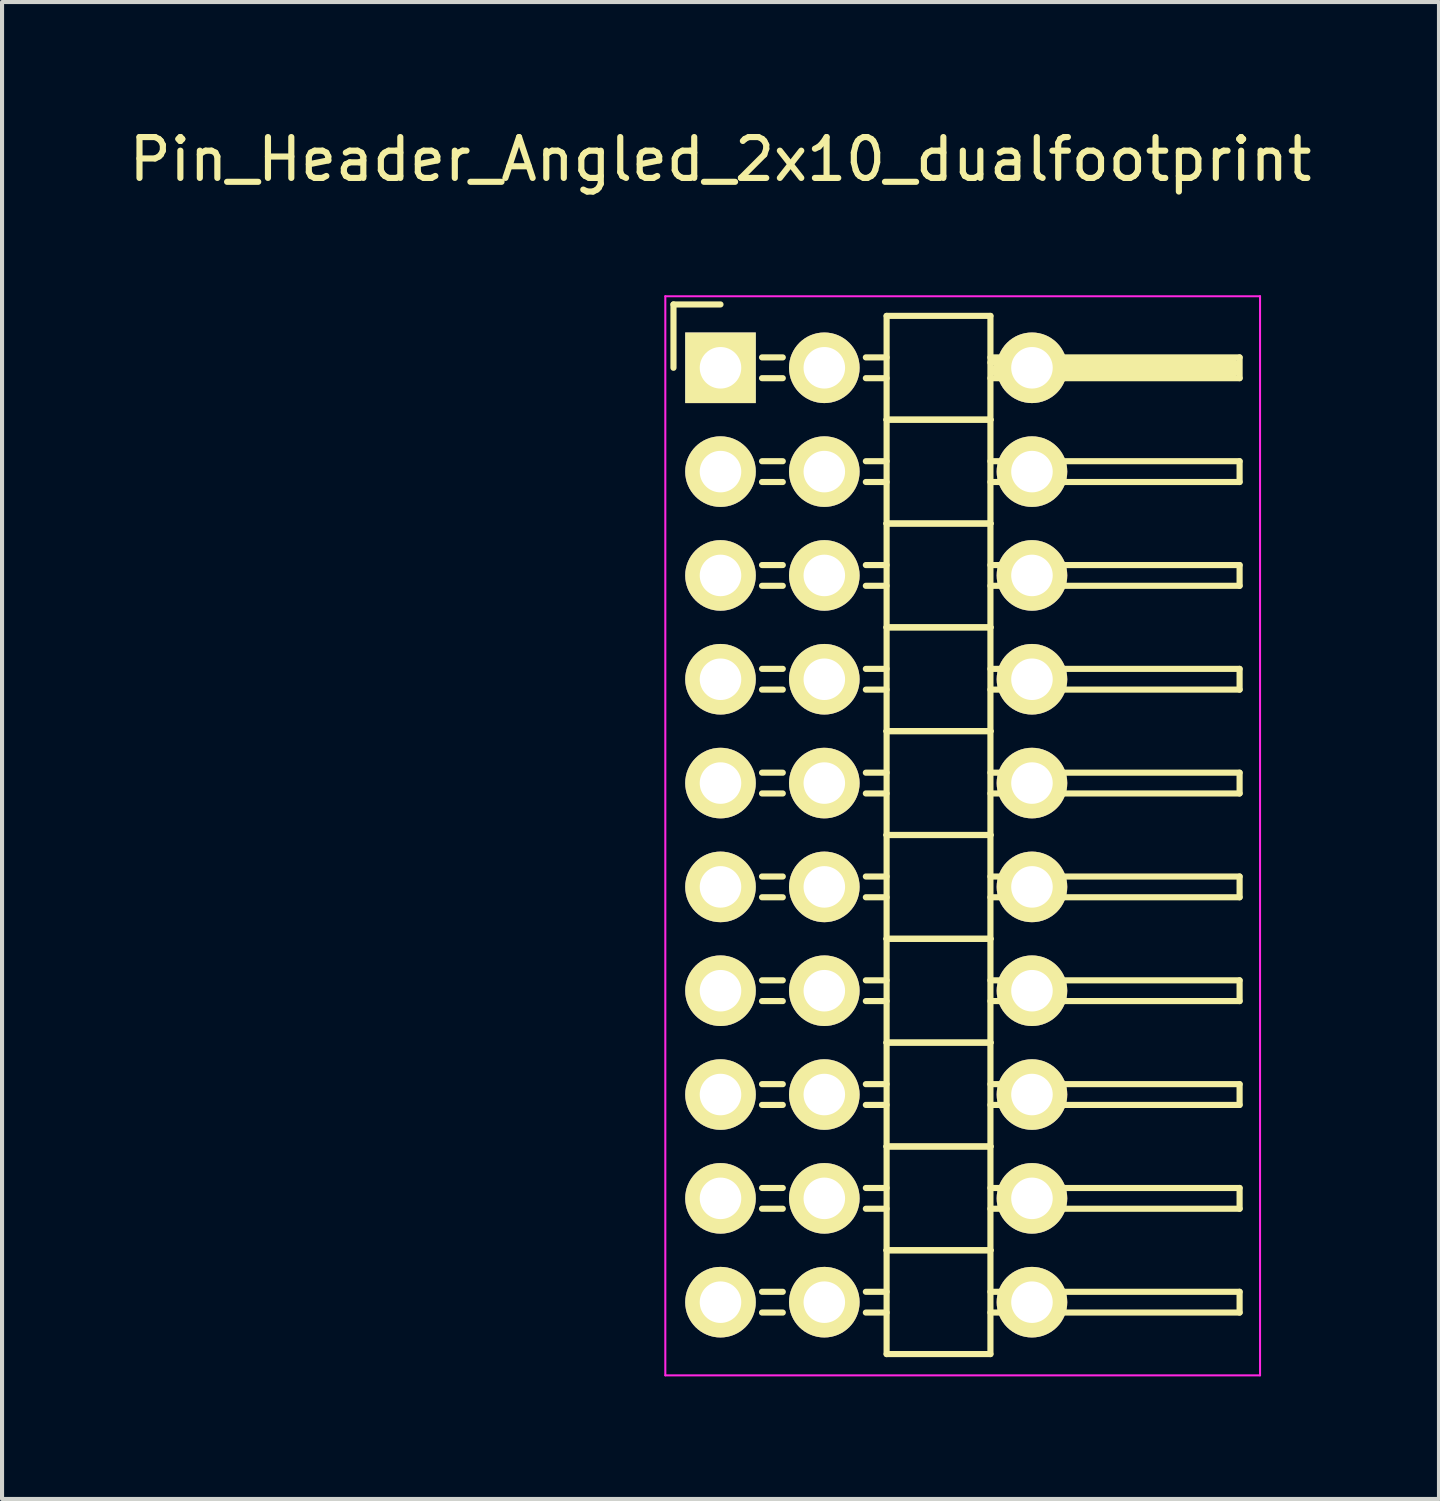
<source format=kicad_pcb>
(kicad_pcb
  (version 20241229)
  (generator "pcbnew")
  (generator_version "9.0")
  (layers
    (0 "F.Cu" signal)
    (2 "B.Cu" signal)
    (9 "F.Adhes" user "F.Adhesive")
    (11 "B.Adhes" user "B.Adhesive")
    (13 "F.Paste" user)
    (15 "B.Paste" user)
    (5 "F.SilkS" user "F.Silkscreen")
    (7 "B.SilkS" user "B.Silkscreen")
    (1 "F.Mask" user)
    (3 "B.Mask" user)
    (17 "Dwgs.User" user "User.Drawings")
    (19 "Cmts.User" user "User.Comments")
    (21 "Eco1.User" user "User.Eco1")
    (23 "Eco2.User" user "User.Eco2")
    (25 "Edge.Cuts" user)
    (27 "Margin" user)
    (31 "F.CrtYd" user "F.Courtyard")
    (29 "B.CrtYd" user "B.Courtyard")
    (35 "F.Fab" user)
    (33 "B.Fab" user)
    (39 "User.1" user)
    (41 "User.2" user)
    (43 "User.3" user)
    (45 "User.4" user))
  (footprint "Pin_Header_Angled_2x10_dualfootprint"
    (layer "F.Cu")
    (at 14.577 5.948)
    (property "Reference" "Pin_Header_Angled_2x10_dualfootprint" (at 0 -5.1 0) (layer "F.SilkS") (effects (font (size 1 1) (thickness 0.15))))
    (attr through_hole)
    (fp_line (start -1.15 -1.55) (end -1.15 0) (stroke (width 0.15) (type solid)) (layer "F.SilkS"))
    (fp_line (start 0 -1.55) (end -1.15 -1.55) (stroke (width 0.15) (type solid)) (layer "F.SilkS"))
    (fp_line (start 1.524 -0.254) (end 1.016 -0.254) (stroke (width 0.15) (type solid)) (layer "F.SilkS"))
    (fp_line (start 1.524 0.254) (end 1.016 0.254) (stroke (width 0.15) (type solid)) (layer "F.SilkS"))
    (fp_line (start 1.524 2.286) (end 1.016 2.286) (stroke (width 0.15) (type solid)) (layer "F.SilkS"))
    (fp_line (start 1.524 2.794) (end 1.016 2.794) (stroke (width 0.15) (type solid)) (layer "F.SilkS"))
    (fp_line (start 1.524 4.826) (end 1.016 4.826) (stroke (width 0.15) (type solid)) (layer "F.SilkS"))
    (fp_line (start 1.524 5.334) (end 1.016 5.334) (stroke (width 0.15) (type solid)) (layer "F.SilkS"))
    (fp_line (start 1.524 7.366) (end 1.016 7.366) (stroke (width 0.15) (type solid)) (layer "F.SilkS"))
    (fp_line (start 1.524 7.874) (end 1.016 7.874) (stroke (width 0.15) (type solid)) (layer "F.SilkS"))
    (fp_line (start 1.524 9.906) (end 1.016 9.906) (stroke (width 0.15) (type solid)) (layer "F.SilkS"))
    (fp_line (start 1.524 10.414) (end 1.016 10.414) (stroke (width 0.15) (type solid)) (layer "F.SilkS"))
    (fp_line (start 1.524 12.446) (end 1.016 12.446) (stroke (width 0.15) (type solid)) (layer "F.SilkS"))
    (fp_line (start 1.524 12.954) (end 1.016 12.954) (stroke (width 0.15) (type solid)) (layer "F.SilkS"))
    (fp_line (start 1.524 14.986) (end 1.016 14.986) (stroke (width 0.15) (type solid)) (layer "F.SilkS"))
    (fp_line (start 1.524 15.494) (end 1.016 15.494) (stroke (width 0.15) (type solid)) (layer "F.SilkS"))
    (fp_line (start 1.524 17.526) (end 1.016 17.526) (stroke (width 0.15) (type solid)) (layer "F.SilkS"))
    (fp_line (start 1.524 18.034) (end 1.016 18.034) (stroke (width 0.15) (type solid)) (layer "F.SilkS"))
    (fp_line (start 1.524 20.066) (end 1.016 20.066) (stroke (width 0.15) (type solid)) (layer "F.SilkS"))
    (fp_line (start 1.524 20.574) (end 1.016 20.574) (stroke (width 0.15) (type solid)) (layer "F.SilkS"))
    (fp_line (start 1.524 22.606) (end 1.016 22.606) (stroke (width 0.15) (type solid)) (layer "F.SilkS"))
    (fp_line (start 1.524 23.114) (end 1.016 23.114) (stroke (width 0.15) (type solid)) (layer "F.SilkS"))
    (fp_line (start 4.064 -1.27) (end 4.064 1.27) (stroke (width 0.15) (type solid)) (layer "F.SilkS"))
    (fp_line (start 4.064 -1.27) (end 6.604 -1.27) (stroke (width 0.15) (type solid)) (layer "F.SilkS"))
    (fp_line (start 4.064 -0.254) (end 3.556 -0.254) (stroke (width 0.15) (type solid)) (layer "F.SilkS"))
    (fp_line (start 4.064 0.254) (end 3.556 0.254) (stroke (width 0.15) (type solid)) (layer "F.SilkS"))
    (fp_line (start 4.064 1.27) (end 4.064 3.81) (stroke (width 0.15) (type solid)) (layer "F.SilkS"))
    (fp_line (start 4.064 1.27) (end 6.604 1.27) (stroke (width 0.15) (type solid)) (layer "F.SilkS"))
    (fp_line (start 4.064 1.27) (end 6.604 1.27) (stroke (width 0.15) (type solid)) (layer "F.SilkS"))
    (fp_line (start 4.064 2.286) (end 3.556 2.286) (stroke (width 0.15) (type solid)) (layer "F.SilkS"))
    (fp_line (start 4.064 2.794) (end 3.556 2.794) (stroke (width 0.15) (type solid)) (layer "F.SilkS"))
    (fp_line (start 4.064 3.81) (end 4.064 6.35) (stroke (width 0.15) (type solid)) (layer "F.SilkS"))
    (fp_line (start 4.064 3.81) (end 6.604 3.81) (stroke (width 0.15) (type solid)) (layer "F.SilkS"))
    (fp_line (start 4.064 3.81) (end 6.604 3.81) (stroke (width 0.15) (type solid)) (layer "F.SilkS"))
    (fp_line (start 4.064 4.826) (end 3.556 4.826) (stroke (width 0.15) (type solid)) (layer "F.SilkS"))
    (fp_line (start 4.064 5.334) (end 3.556 5.334) (stroke (width 0.15) (type solid)) (layer "F.SilkS"))
    (fp_line (start 4.064 6.35) (end 4.064 8.89) (stroke (width 0.15) (type solid)) (layer "F.SilkS"))
    (fp_line (start 4.064 6.35) (end 6.604 6.35) (stroke (width 0.15) (type solid)) (layer "F.SilkS"))
    (fp_line (start 4.064 6.35) (end 6.604 6.35) (stroke (width 0.15) (type solid)) (layer "F.SilkS"))
    (fp_line (start 4.064 7.366) (end 3.556 7.366) (stroke (width 0.15) (type solid)) (layer "F.SilkS"))
    (fp_line (start 4.064 7.874) (end 3.556 7.874) (stroke (width 0.15) (type solid)) (layer "F.SilkS"))
    (fp_line (start 4.064 8.89) (end 4.064 11.43) (stroke (width 0.15) (type solid)) (layer "F.SilkS"))
    (fp_line (start 4.064 8.89) (end 6.604 8.89) (stroke (width 0.15) (type solid)) (layer "F.SilkS"))
    (fp_line (start 4.064 8.89) (end 6.604 8.89) (stroke (width 0.15) (type solid)) (layer "F.SilkS"))
    (fp_line (start 4.064 9.906) (end 3.556 9.906) (stroke (width 0.15) (type solid)) (layer "F.SilkS"))
    (fp_line (start 4.064 10.414) (end 3.556 10.414) (stroke (width 0.15) (type solid)) (layer "F.SilkS"))
    (fp_line (start 4.064 11.43) (end 4.064 13.97) (stroke (width 0.15) (type solid)) (layer "F.SilkS"))
    (fp_line (start 4.064 11.43) (end 6.604 11.43) (stroke (width 0.15) (type solid)) (layer "F.SilkS"))
    (fp_line (start 4.064 11.43) (end 6.604 11.43) (stroke (width 0.15) (type solid)) (layer "F.SilkS"))
    (fp_line (start 4.064 12.446) (end 3.556 12.446) (stroke (width 0.15) (type solid)) (layer "F.SilkS"))
    (fp_line (start 4.064 12.954) (end 3.556 12.954) (stroke (width 0.15) (type solid)) (layer "F.SilkS"))
    (fp_line (start 4.064 13.97) (end 4.064 16.51) (stroke (width 0.15) (type solid)) (layer "F.SilkS"))
    (fp_line (start 4.064 13.97) (end 6.604 13.97) (stroke (width 0.15) (type solid)) (layer "F.SilkS"))
    (fp_line (start 4.064 13.97) (end 6.604 13.97) (stroke (width 0.15) (type solid)) (layer "F.SilkS"))
    (fp_line (start 4.064 14.986) (end 3.556 14.986) (stroke (width 0.15) (type solid)) (layer "F.SilkS"))
    (fp_line (start 4.064 15.494) (end 3.556 15.494) (stroke (width 0.15) (type solid)) (layer "F.SilkS"))
    (fp_line (start 4.064 16.51) (end 4.064 19.05) (stroke (width 0.15) (type solid)) (layer "F.SilkS"))
    (fp_line (start 4.064 16.51) (end 6.604 16.51) (stroke (width 0.15) (type solid)) (layer "F.SilkS"))
    (fp_line (start 4.064 16.51) (end 6.604 16.51) (stroke (width 0.15) (type solid)) (layer "F.SilkS"))
    (fp_line (start 4.064 17.526) (end 3.556 17.526) (stroke (width 0.15) (type solid)) (layer "F.SilkS"))
    (fp_line (start 4.064 18.034) (end 3.556 18.034) (stroke (width 0.15) (type solid)) (layer "F.SilkS"))
    (fp_line (start 4.064 19.05) (end 4.064 21.59) (stroke (width 0.15) (type solid)) (layer "F.SilkS"))
    (fp_line (start 4.064 19.05) (end 6.604 19.05) (stroke (width 0.15) (type solid)) (layer "F.SilkS"))
    (fp_line (start 4.064 19.05) (end 6.604 19.05) (stroke (width 0.15) (type solid)) (layer "F.SilkS"))
    (fp_line (start 4.064 20.066) (end 3.556 20.066) (stroke (width 0.15) (type solid)) (layer "F.SilkS"))
    (fp_line (start 4.064 20.574) (end 3.556 20.574) (stroke (width 0.15) (type solid)) (layer "F.SilkS"))
    (fp_line (start 4.064 21.59) (end 4.064 24.13) (stroke (width 0.15) (type solid)) (layer "F.SilkS"))
    (fp_line (start 4.064 21.59) (end 6.604 21.59) (stroke (width 0.15) (type solid)) (layer "F.SilkS"))
    (fp_line (start 4.064 21.59) (end 6.604 21.59) (stroke (width 0.15) (type solid)) (layer "F.SilkS"))
    (fp_line (start 4.064 22.606) (end 3.556 22.606) (stroke (width 0.15) (type solid)) (layer "F.SilkS"))
    (fp_line (start 4.064 23.114) (end 3.556 23.114) (stroke (width 0.15) (type solid)) (layer "F.SilkS"))
    (fp_line (start 4.064 24.13) (end 6.604 24.13) (stroke (width 0.15) (type solid)) (layer "F.SilkS"))
    (fp_line (start 6.604 -0.254) (end 12.7 -0.254) (stroke (width 0.15) (type solid)) (layer "F.SilkS"))
    (fp_line (start 6.604 -0.127) (end 12.573 -0.127) (stroke (width 0.15) (type solid)) (layer "F.SilkS"))
    (fp_line (start 6.604 1.27) (end 6.604 -1.27) (stroke (width 0.15) (type solid)) (layer "F.SilkS"))
    (fp_line (start 6.604 2.286) (end 12.7 2.286) (stroke (width 0.15) (type solid)) (layer "F.SilkS"))
    (fp_line (start 6.604 3.81) (end 6.604 1.27) (stroke (width 0.15) (type solid)) (layer "F.SilkS"))
    (fp_line (start 6.604 4.826) (end 12.7 4.826) (stroke (width 0.15) (type solid)) (layer "F.SilkS"))
    (fp_line (start 6.604 6.35) (end 6.604 3.81) (stroke (width 0.15) (type solid)) (layer "F.SilkS"))
    (fp_line (start 6.604 7.366) (end 12.7 7.366) (stroke (width 0.15) (type solid)) (layer "F.SilkS"))
    (fp_line (start 6.604 8.89) (end 6.604 6.35) (stroke (width 0.15) (type solid)) (layer "F.SilkS"))
    (fp_line (start 6.604 9.906) (end 12.7 9.906) (stroke (width 0.15) (type solid)) (layer "F.SilkS"))
    (fp_line (start 6.604 11.43) (end 6.604 8.89) (stroke (width 0.15) (type solid)) (layer "F.SilkS"))
    (fp_line (start 6.604 12.446) (end 12.7 12.446) (stroke (width 0.15) (type solid)) (layer "F.SilkS"))
    (fp_line (start 6.604 13.97) (end 6.604 11.43) (stroke (width 0.15) (type solid)) (layer "F.SilkS"))
    (fp_line (start 6.604 14.986) (end 12.7 14.986) (stroke (width 0.15) (type solid)) (layer "F.SilkS"))
    (fp_line (start 6.604 16.51) (end 6.604 13.97) (stroke (width 0.15) (type solid)) (layer "F.SilkS"))
    (fp_line (start 6.604 17.526) (end 12.7 17.526) (stroke (width 0.15) (type solid)) (layer "F.SilkS"))
    (fp_line (start 6.604 19.05) (end 6.604 16.51) (stroke (width 0.15) (type solid)) (layer "F.SilkS"))
    (fp_line (start 6.604 20.066) (end 12.7 20.066) (stroke (width 0.15) (type solid)) (layer "F.SilkS"))
    (fp_line (start 6.604 21.59) (end 6.604 19.05) (stroke (width 0.15) (type solid)) (layer "F.SilkS"))
    (fp_line (start 6.604 22.606) (end 12.7 22.606) (stroke (width 0.15) (type solid)) (layer "F.SilkS"))
    (fp_line (start 6.604 24.13) (end 6.604 21.59) (stroke (width 0.15) (type solid)) (layer "F.SilkS"))
    (fp_line (start 6.731 0) (end 12.573 0) (stroke (width 0.15) (type solid)) (layer "F.SilkS"))
    (fp_line (start 6.731 0.127) (end 6.731 0) (stroke (width 0.15) (type solid)) (layer "F.SilkS"))
    (fp_line (start 12.573 -0.127) (end 12.573 0.127) (stroke (width 0.15) (type solid)) (layer "F.SilkS"))
    (fp_line (start 12.573 0.127) (end 6.731 0.127) (stroke (width 0.15) (type solid)) (layer "F.SilkS"))
    (fp_line (start 12.7 -0.254) (end 12.7 0.254) (stroke (width 0.15) (type solid)) (layer "F.SilkS"))
    (fp_line (start 12.7 0.254) (end 6.604 0.254) (stroke (width 0.15) (type solid)) (layer "F.SilkS"))
    (fp_line (start 12.7 2.286) (end 12.7 2.794) (stroke (width 0.15) (type solid)) (layer "F.SilkS"))
    (fp_line (start 12.7 2.794) (end 6.604 2.794) (stroke (width 0.15) (type solid)) (layer "F.SilkS"))
    (fp_line (start 12.7 4.826) (end 12.7 5.334) (stroke (width 0.15) (type solid)) (layer "F.SilkS"))
    (fp_line (start 12.7 5.334) (end 6.604 5.334) (stroke (width 0.15) (type solid)) (layer "F.SilkS"))
    (fp_line (start 12.7 7.366) (end 12.7 7.874) (stroke (width 0.15) (type solid)) (layer "F.SilkS"))
    (fp_line (start 12.7 7.874) (end 6.604 7.874) (stroke (width 0.15) (type solid)) (layer "F.SilkS"))
    (fp_line (start 12.7 9.906) (end 12.7 10.414) (stroke (width 0.15) (type solid)) (layer "F.SilkS"))
    (fp_line (start 12.7 10.414) (end 6.604 10.414) (stroke (width 0.15) (type solid)) (layer "F.SilkS"))
    (fp_line (start 12.7 12.446) (end 12.7 12.954) (stroke (width 0.15) (type solid)) (layer "F.SilkS"))
    (fp_line (start 12.7 12.954) (end 6.604 12.954) (stroke (width 0.15) (type solid)) (layer "F.SilkS"))
    (fp_line (start 12.7 14.986) (end 12.7 15.494) (stroke (width 0.15) (type solid)) (layer "F.SilkS"))
    (fp_line (start 12.7 15.494) (end 6.604 15.494) (stroke (width 0.15) (type solid)) (layer "F.SilkS"))
    (fp_line (start 12.7 17.526) (end 12.7 18.034) (stroke (width 0.15) (type solid)) (layer "F.SilkS"))
    (fp_line (start 12.7 18.034) (end 6.604 18.034) (stroke (width 0.15) (type solid)) (layer "F.SilkS"))
    (fp_line (start 12.7 20.066) (end 12.7 20.574) (stroke (width 0.15) (type solid)) (layer "F.SilkS"))
    (fp_line (start 12.7 20.574) (end 6.604 20.574) (stroke (width 0.15) (type solid)) (layer "F.SilkS"))
    (fp_line (start 12.7 22.606) (end 12.7 23.114) (stroke (width 0.15) (type solid)) (layer "F.SilkS"))
    (fp_line (start 12.7 23.114) (end 6.604 23.114) (stroke (width 0.15) (type solid)) (layer "F.SilkS"))
    (fp_line (start -1.35 -1.75) (end -1.35 24.65) (stroke (width 0.05) (type solid)) (layer "F.CrtYd"))
    (fp_line (start -1.35 -1.75) (end 13.2 -1.75) (stroke (width 0.05) (type solid)) (layer "F.CrtYd"))
    (fp_line (start -1.35 24.65) (end 13.2 24.65) (stroke (width 0.05) (type solid)) (layer "F.CrtYd"))
    (fp_line (start 13.2 -1.75) (end 13.2 24.65) (stroke (width 0.05) (type solid)) (layer "F.CrtYd"))
    (pad "1" thru_hole rect (at 0 0) (size 1.727 1.727) (drill 1.016) (layers "*.Cu" "*.Mask" "F.SilkS"))
    (pad "2" thru_hole oval (at 2.54 0) (size 1.727 1.727) (drill 1.016) (layers "*.Cu" "*.Mask" "F.SilkS"))
    (pad "2" thru_hole oval (at 7.62 0) (size 1.727 1.727) (drill 1.016) (layers "*.Cu" "*.Mask" "F.SilkS"))
    (pad "3" thru_hole oval (at 0 2.54) (size 1.727 1.727) (drill 1.016) (layers "*.Cu" "*.Mask" "F.SilkS"))
    (pad "4" thru_hole oval (at 2.54 2.54) (size 1.727 1.727) (drill 1.016) (layers "*.Cu" "*.Mask" "F.SilkS"))
    (pad "4" thru_hole oval (at 7.62 2.54) (size 1.727 1.727) (drill 1.016) (layers "*.Cu" "*.Mask" "F.SilkS"))
    (pad "5" thru_hole oval (at 0 5.08) (size 1.727 1.727) (drill 1.016) (layers "*.Cu" "*.Mask" "F.SilkS"))
    (pad "6" thru_hole oval (at 2.54 5.08) (size 1.727 1.727) (drill 1.016) (layers "*.Cu" "*.Mask" "F.SilkS"))
    (pad "6" thru_hole oval (at 7.62 5.08) (size 1.727 1.727) (drill 1.016) (layers "*.Cu" "*.Mask" "F.SilkS"))
    (pad "7" thru_hole oval (at 0 7.62) (size 1.727 1.727) (drill 1.016) (layers "*.Cu" "*.Mask" "F.SilkS"))
    (pad "8" thru_hole oval (at 2.54 7.62) (size 1.727 1.727) (drill 1.016) (layers "*.Cu" "*.Mask" "F.SilkS"))
    (pad "8" thru_hole oval (at 7.62 7.62) (size 1.727 1.727) (drill 1.016) (layers "*.Cu" "*.Mask" "F.SilkS"))
    (pad "9" thru_hole oval (at 0 10.16) (size 1.727 1.727) (drill 1.016) (layers "*.Cu" "*.Mask" "F.SilkS"))
    (pad "10" thru_hole oval (at 2.54 10.16) (size 1.727 1.727) (drill 1.016) (layers "*.Cu" "*.Mask" "F.SilkS"))
    (pad "10" thru_hole oval (at 7.62 10.16) (size 1.727 1.727) (drill 1.016) (layers "*.Cu" "*.Mask" "F.SilkS"))
    (pad "11" thru_hole oval (at 0 12.7) (size 1.727 1.727) (drill 1.016) (layers "*.Cu" "*.Mask" "F.SilkS"))
    (pad "12" thru_hole oval (at 2.54 12.7) (size 1.727 1.727) (drill 1.016) (layers "*.Cu" "*.Mask" "F.SilkS"))
    (pad "12" thru_hole oval (at 7.62 12.7) (size 1.727 1.727) (drill 1.016) (layers "*.Cu" "*.Mask" "F.SilkS"))
    (pad "13" thru_hole oval (at 0 15.24) (size 1.727 1.727) (drill 1.016) (layers "*.Cu" "*.Mask" "F.SilkS"))
    (pad "14" thru_hole oval (at 2.54 15.24) (size 1.727 1.727) (drill 1.016) (layers "*.Cu" "*.Mask" "F.SilkS"))
    (pad "14" thru_hole oval (at 7.62 15.24) (size 1.727 1.727) (drill 1.016) (layers "*.Cu" "*.Mask" "F.SilkS"))
    (pad "15" thru_hole oval (at 0 17.78) (size 1.727 1.727) (drill 1.016) (layers "*.Cu" "*.Mask" "F.SilkS"))
    (pad "16" thru_hole oval (at 2.54 17.78) (size 1.727 1.727) (drill 1.016) (layers "*.Cu" "*.Mask" "F.SilkS"))
    (pad "16" thru_hole oval (at 7.62 17.78) (size 1.727 1.727) (drill 1.016) (layers "*.Cu" "*.Mask" "F.SilkS"))
    (pad "17" thru_hole oval (at 0 20.32) (size 1.727 1.727) (drill 1.016) (layers "*.Cu" "*.Mask" "F.SilkS"))
    (pad "18" thru_hole oval (at 2.54 20.32) (size 1.727 1.727) (drill 1.016) (layers "*.Cu" "*.Mask" "F.SilkS"))
    (pad "18" thru_hole oval (at 7.62 20.32) (size 1.727 1.727) (drill 1.016) (layers "*.Cu" "*.Mask" "F.SilkS"))
    (pad "19" thru_hole oval (at 0 22.86) (size 1.727 1.727) (drill 1.016) (layers "*.Cu" "*.Mask" "F.SilkS"))
    (pad "20" thru_hole oval (at 2.54 22.86) (size 1.727 1.727) (drill 1.016) (layers "*.Cu" "*.Mask" "F.SilkS"))
    (pad "20" thru_hole oval (at 7.62 22.86) (size 1.727 1.727) (drill 1.016) (layers "*.Cu" "*.Mask" "F.SilkS")))
  (gr_rect
    (start -3 -3)
    (end 32.155 33.623)
    (stroke (width 0.1) (type default))
    (fill no)
    (layer "Edge.Cuts")))
</source>
